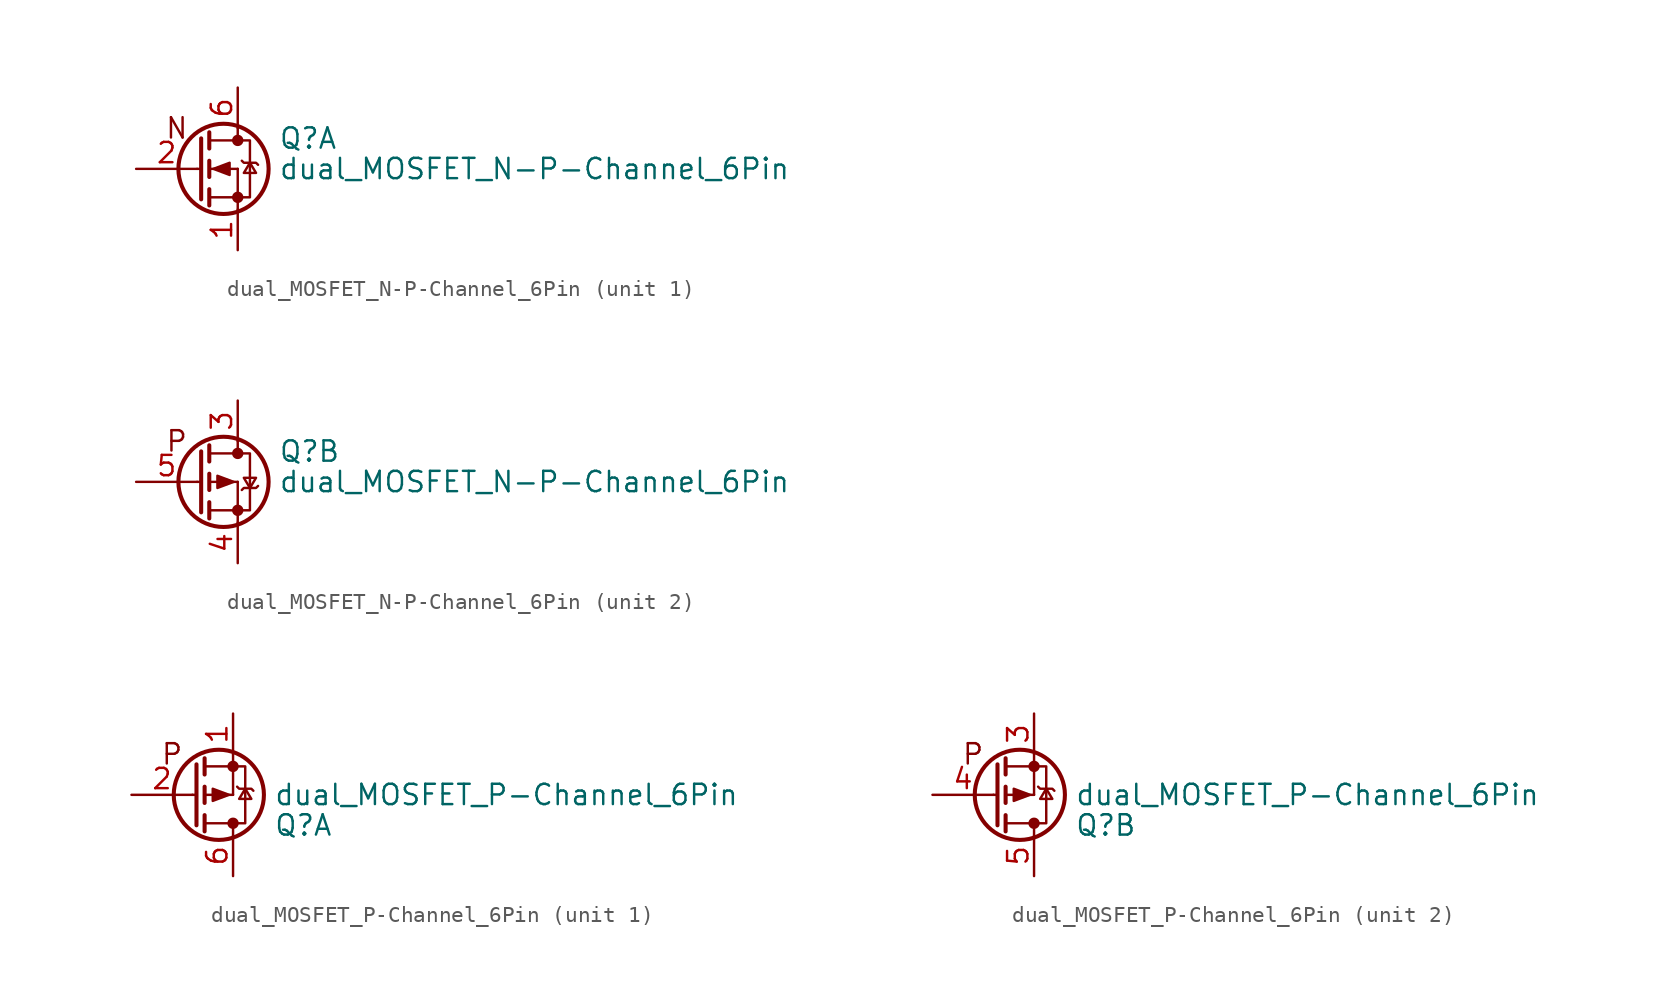
<source format=kicad_sym>
(kicad_symbol_lib
  (version 20211014)
  (generator kicad_symbol_editor)
  (symbol "dual_MOSFET_N-P-Channel_6Pin"
    (pin_names
      (offset 0) hide)
    (property "Reference" "Q"
      (at 5.08 1.905 0)
      (effects (font (size 1.27 1.27)) (justify left)))
    (property "Value" "dual_MOSFET_N-P-Channel_6Pin"
      (at 5.08 0 0)
      (effects (font (size 1.27 1.27)) (justify left)))
    (symbol "dual_MOSFET_N-P-Channel_6Pin_0_1"
      (polyline (pts (xy 0 0) (xy 0.254 0)) (stroke (width 0) (type default) (color 0 0 0 0)) (fill (type none)))
      (polyline (pts (xy 0.762 -1.778) (xy 2.54 -1.778)) (stroke (width 0) (type default) (color 0 0 0 0)) (fill (type none)))
      (polyline (pts (xy 0.762 -1.27) (xy 0.762 -2.286)) (stroke (width 0.254) (type default) (color 0 0 0 0)) (fill (type none)))
      (polyline (pts (xy 0.762 0) (xy 2.54 0)) (stroke (width 0) (type default) (color 0 0 0 0)) (fill (type none)))
      (polyline (pts (xy 0.762 0.508) (xy 0.762 -0.508)) (stroke (width 0.254) (type default) (color 0 0 0 0)) (fill (type none)))
      (polyline (pts (xy 0.762 1.778) (xy 2.54 1.778)) (stroke (width 0) (type default) (color 0 0 0 0)) (fill (type none)))
      (polyline (pts (xy 0.762 2.286) (xy 0.762 1.27)) (stroke (width 0.254) (type default) (color 0 0 0 0)) (fill (type none)))
      (polyline (pts (xy 2.54 -1.778) (xy 2.54 -2.54)) (stroke (width 0) (type default) (color 0 0 0 0)) (fill (type none)))
      (polyline (pts (xy 2.54 -1.778) (xy 2.54 0)) (stroke (width 0) (type default) (color 0 0 0 0)) (fill (type none)))
      (polyline (pts (xy 2.54 2.54) (xy 2.54 1.778)) (stroke (width 0) (type default) (color 0 0 0 0)) (fill (type none)))
      (polyline (pts (xy 0.254 1.905) (xy 0.254 -1.905) (xy 0.254 -1.905)) (stroke (width 0.254) (type default) (color 0 0 0 0)) (fill (type none)))
      (polyline (pts (xy 2.54 -1.778) (xy 3.302 -1.778) (xy 3.302 1.778) (xy 2.54 1.778)) (stroke (width 0) (type default) (color 0 0 0 0)) (fill (type none)))
      (circle (center 1.651 0) (radius 2.819) (stroke (width 0.254) (type default) (color 0 0 0 0)) (fill (type none)))
      (circle (center 2.54 -1.778) (radius 0.279) (stroke (width 0) (type default) (color 0 0 0 0)) (fill (type outline)))
      (circle (center 2.54 1.778) (radius 0.279) (stroke (width 0) (type default) (color 0 0 0 0)) (fill (type outline))))
    (symbol "dual_MOSFET_N-P-Channel_6Pin_1_0"
      (text "N" (at -1.27 2.54 0) (effects (font (size 1.27 1.27)))))
    (symbol "dual_MOSFET_N-P-Channel_6Pin_1_1"
      (polyline (pts (xy 1.016 0) (xy 2.032 0.381) (xy 2.032 -0.381) (xy 1.016 0)) (stroke (width 0) (type default) (color 0 0 0 0)) (fill (type outline)))
      (polyline (pts (xy 2.794 0.508) (xy 2.921 0.381) (xy 3.683 0.381) (xy 3.81 0.254)) (stroke (width 0) (type default) (color 0 0 0 0)) (fill (type none)))
      (polyline (pts (xy 3.302 0.381) (xy 2.921 -0.254) (xy 3.683 -0.254) (xy 3.302 0.381)) (stroke (width 0) (type default) (color 0 0 0 0)) (fill (type none)))
      (pin passive line (at 2.54 -5.08 90) (length 2.54) (name "S" (effects (font (size 1.27 1.27)))) (number "1" (effects (font (size 1.27 1.27)))))
      (pin input line (at -3.81 0 0) (length 3.81) (name "G" (effects (font (size 1.27 1.27)))) (number "2" (effects (font (size 1.27 1.27)))))
      (pin passive line (at 2.54 5.08 270) (length 2.54) (name "D" (effects (font (size 1.27 1.27)))) (number "6" (effects (font (size 1.27 1.27))))))
    (symbol "dual_MOSFET_N-P-Channel_6Pin_2_0"
      (text "P" (at -1.27 2.54 0) (effects (font (size 1.27 1.27)))))
    (symbol "dual_MOSFET_N-P-Channel_6Pin_2_1"
      (polyline (pts (xy 2.286 0) (xy 1.27 -0.381) (xy 1.27 0.381) (xy 2.286 0)) (stroke (width 0) (type default) (color 0 0 0 0)) (fill (type outline)))
      (polyline (pts (xy 2.794 -0.508) (xy 2.921 -0.381) (xy 3.683 -0.381) (xy 3.81 -0.254)) (stroke (width 0) (type default) (color 0 0 0 0)) (fill (type none)))
      (polyline (pts (xy 3.302 -0.381) (xy 2.921 0.254) (xy 3.683 0.254) (xy 3.302 -0.381)) (stroke (width 0) (type default) (color 0 0 0 0)) (fill (type none)))
      (pin passive line (at 2.54 5.08 270) (length 2.54) (name "D" (effects (font (size 1.27 1.27)))) (number "3" (effects (font (size 1.27 1.27)))))
      (pin passive line (at 2.54 -5.08 90) (length 2.54) (name "S" (effects (font (size 1.27 1.27)))) (number "4" (effects (font (size 1.27 1.27)))))
      (pin input line (at -3.81 0 0) (length 3.81) (name "G" (effects (font (size 1.27 1.27)))) (number "5" (effects (font (size 1.27 1.27)))))))
  (symbol "dual_MOSFET_P-Channel_6Pin"
    (pin_names
      (offset 0) hide)
    (property "Reference" "Q"
      (at 5.08 -1.905 0)
      (effects (font (size 1.27 1.27)) (justify left)))
    (property "Value" "dual_MOSFET_P-Channel_6Pin"
      (at 5.08 0 0)
      (effects (font (size 1.27 1.27)) (justify left)))
    (symbol "dual_MOSFET_P-Channel_6Pin_0_0"
      (text "P" (at -1.27 2.54 0) (effects (font (size 1.27 1.27)))))
    (symbol "dual_MOSFET_P-Channel_6Pin_0_1"
      (polyline (pts (xy 0 0) (xy 0.254 0)) (stroke (width 0) (type default) (color 0 0 0 0)) (fill (type none)))
      (polyline (pts (xy 0.762 -2.286) (xy 0.762 -1.27)) (stroke (width 0.254) (type default) (color 0 0 0 0)) (fill (type none)))
      (polyline (pts (xy 0.762 -1.778) (xy 2.54 -1.778)) (stroke (width 0) (type default) (color 0 0 0 0)) (fill (type none)))
      (polyline (pts (xy 0.762 -0.508) (xy 0.762 0.508)) (stroke (width 0.254) (type default) (color 0 0 0 0)) (fill (type none)))
      (polyline (pts (xy 0.762 0) (xy 2.54 0)) (stroke (width 0) (type default) (color 0 0 0 0)) (fill (type none)))
      (polyline (pts (xy 0.762 1.27) (xy 0.762 2.286)) (stroke (width 0.254) (type default) (color 0 0 0 0)) (fill (type none)))
      (polyline (pts (xy 0.762 1.778) (xy 2.54 1.778)) (stroke (width 0) (type default) (color 0 0 0 0)) (fill (type none)))
      (polyline (pts (xy 2.54 -2.54) (xy 2.54 -1.778)) (stroke (width 0) (type default) (color 0 0 0 0)) (fill (type none)))
      (polyline (pts (xy 2.54 1.778) (xy 2.54 0)) (stroke (width 0) (type default) (color 0 0 0 0)) (fill (type none)))
      (polyline (pts (xy 2.54 1.778) (xy 2.54 2.54)) (stroke (width 0) (type default) (color 0 0 0 0)) (fill (type none)))
      (polyline (pts (xy 0.254 -1.905) (xy 0.254 1.905) (xy 0.254 1.905)) (stroke (width 0.254) (type default) (color 0 0 0 0)) (fill (type none)))
      (polyline (pts (xy 2.286 0) (xy 1.27 0.381) (xy 1.27 -0.381) (xy 2.286 0)) (stroke (width 0) (type default) (color 0 0 0 0)) (fill (type outline)))
      (polyline (pts (xy 2.54 1.778) (xy 3.302 1.778) (xy 3.302 -1.778) (xy 2.54 -1.778)) (stroke (width 0) (type default) (color 0 0 0 0)) (fill (type none)))
      (polyline (pts (xy 2.794 0.508) (xy 2.921 0.381) (xy 3.683 0.381) (xy 3.81 0.254)) (stroke (width 0) (type default) (color 0 0 0 0)) (fill (type none)))
      (polyline (pts (xy 3.302 0.381) (xy 2.921 -0.254) (xy 3.683 -0.254) (xy 3.302 0.381)) (stroke (width 0) (type default) (color 0 0 0 0)) (fill (type none)))
      (circle (center 1.651 0) (radius 2.819) (stroke (width 0.254) (type default) (color 0 0 0 0)) (fill (type none)))
      (circle (center 2.54 -1.778) (radius 0.279) (stroke (width 0) (type default) (color 0 0 0 0)) (fill (type outline)))
      (circle (center 2.54 1.778) (radius 0.279) (stroke (width 0) (type default) (color 0 0 0 0)) (fill (type outline))))
    (symbol "dual_MOSFET_P-Channel_6Pin_1_1"
      (pin passive line (at 2.54 5.08 270) (length 2.54) (name "S" (effects (font (size 1.27 1.27)))) (number "1" (effects (font (size 1.27 1.27)))))
      (pin input line (at -3.81 0 0) (length 3.81) (name "G" (effects (font (size 1.27 1.27)))) (number "2" (effects (font (size 1.27 1.27)))))
      (pin passive line (at 2.54 -5.08 90) (length 2.54) (name "D" (effects (font (size 1.27 1.27)))) (number "6" (effects (font (size 1.27 1.27))))))
    (symbol "dual_MOSFET_P-Channel_6Pin_2_1"
      (pin passive line (at 2.54 5.08 270) (length 2.54) (name "S" (effects (font (size 1.27 1.27)))) (number "3" (effects (font (size 1.27 1.27)))))
      (pin input line (at -3.81 0 0) (length 3.81) (name "G" (effects (font (size 1.27 1.27)))) (number "4" (effects (font (size 1.27 1.27)))))
      (pin passive line (at 2.54 -5.08 90) (length 2.54) (name "D" (effects (font (size 1.27 1.27)))) (number "5" (effects (font (size 1.27 1.27))))))))
</source>
